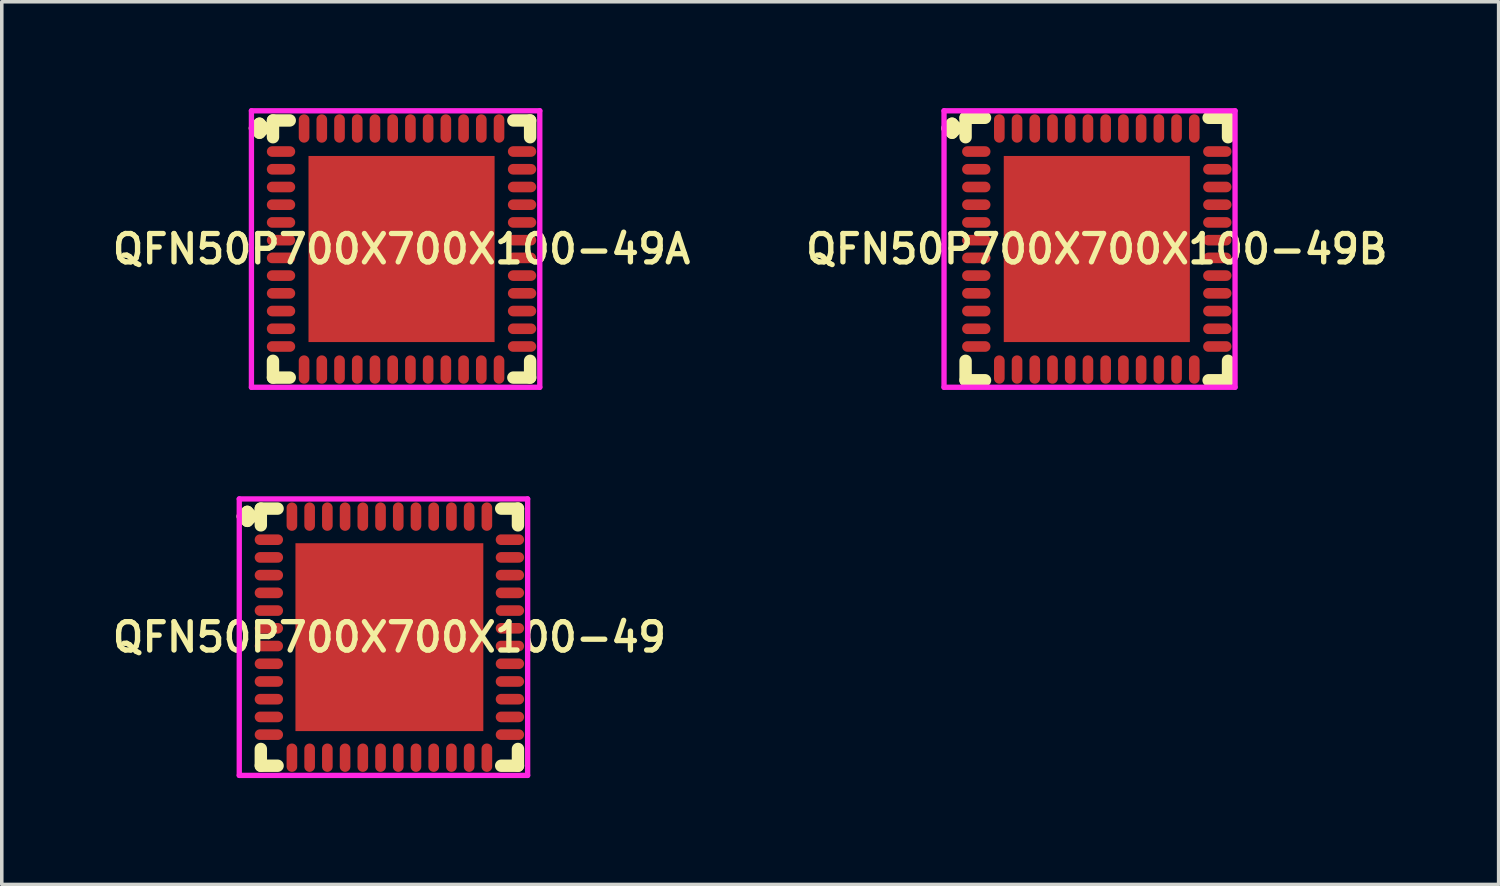
<source format=kicad_pcb>
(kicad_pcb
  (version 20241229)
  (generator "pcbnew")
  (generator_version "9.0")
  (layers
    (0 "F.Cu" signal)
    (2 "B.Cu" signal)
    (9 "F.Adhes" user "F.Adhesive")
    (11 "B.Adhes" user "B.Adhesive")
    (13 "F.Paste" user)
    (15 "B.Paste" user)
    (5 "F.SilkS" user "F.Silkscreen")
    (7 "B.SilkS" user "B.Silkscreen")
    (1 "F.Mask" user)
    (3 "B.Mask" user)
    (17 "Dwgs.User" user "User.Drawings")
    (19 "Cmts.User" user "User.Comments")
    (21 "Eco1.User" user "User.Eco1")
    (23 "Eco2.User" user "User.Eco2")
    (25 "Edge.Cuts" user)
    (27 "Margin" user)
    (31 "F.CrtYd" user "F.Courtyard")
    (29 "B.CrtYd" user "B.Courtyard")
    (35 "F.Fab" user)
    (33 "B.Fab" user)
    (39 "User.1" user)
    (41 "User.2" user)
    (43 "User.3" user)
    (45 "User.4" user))
  (footprint "QFN50P700X700X100-49"
    (layer "F.Cu")
    (at 7.935 14.925)
    (property "Reference" "QFN50P700X700X100-49" (at 0 0 0) (layer "F.SilkS") (effects (font (size 0.8 0.8) (thickness 0.15))))
    (attr smd)
    (fp_line (start -4.135 -3.408) (end -4.008 -3.535) (stroke (width 0.35) (type solid)) (layer "F.SilkS"))
    (fp_line (start -4.008 -3.535) (end -3.881 -3.408) (stroke (width 0.35) (type solid)) (layer "F.SilkS"))
    (fp_line (start -4.008 -3.281) (end -4.135 -3.408) (stroke (width 0.35) (type solid)) (layer "F.SilkS"))
    (fp_line (start -3.881 -3.408) (end -4.008 -3.281) (stroke (width 0.35) (type solid)) (layer "F.SilkS"))
    (fp_line (start -3.627 -3.627) (end -3.154 -3.627) (stroke (width 0.35) (type solid)) (layer "F.SilkS"))
    (fp_line (start -3.627 -3.154) (end -3.627 -3.627) (stroke (width 0.35) (type solid)) (layer "F.SilkS"))
    (fp_line (start -3.627 3.154) (end -3.627 3.627) (stroke (width 0.35) (type solid)) (layer "F.SilkS"))
    (fp_line (start -3.627 3.627) (end -3.154 3.627) (stroke (width 0.35) (type solid)) (layer "F.SilkS"))
    (fp_line (start 3.154 -3.627) (end 3.627 -3.627) (stroke (width 0.35) (type solid)) (layer "F.SilkS"))
    (fp_line (start 3.154 3.627) (end 3.627 3.627) (stroke (width 0.35) (type solid)) (layer "F.SilkS"))
    (fp_line (start 3.627 -3.627) (end 3.627 -3.154) (stroke (width 0.35) (type solid)) (layer "F.SilkS"))
    (fp_line (start 3.627 3.627) (end 3.627 3.154) (stroke (width 0.35) (type solid)) (layer "F.SilkS"))
    (fp_line (start -4.235 -3.9) (end 3.9 -3.9) (stroke (width 0.15) (type solid)) (layer "F.CrtYd"))
    (fp_line (start -4.235 3.9) (end -4.235 -3.9) (stroke (width 0.15) (type solid)) (layer "F.CrtYd"))
    (fp_line (start 3.9 -3.9) (end 3.9 3.9) (stroke (width 0.15) (type solid)) (layer "F.CrtYd"))
    (fp_line (start 3.9 3.9) (end -4.235 3.9) (stroke (width 0.15) (type solid)) (layer "F.CrtYd"))
    (pad "1" smd oval (at -3.4 -2.75) (size 0.8 0.3) (layers "F.Cu" "F.Mask" "F.Paste"))
    (pad "2" smd oval (at -3.4 -2.25) (size 0.8 0.3) (layers "F.Cu" "F.Mask" "F.Paste"))
    (pad "3" smd oval (at -3.4 -1.75) (size 0.8 0.3) (layers "F.Cu" "F.Mask" "F.Paste"))
    (pad "4" smd oval (at -3.4 -1.25) (size 0.8 0.3) (layers "F.Cu" "F.Mask" "F.Paste"))
    (pad "5" smd oval (at -3.4 -0.75) (size 0.8 0.3) (layers "F.Cu" "F.Mask" "F.Paste"))
    (pad "6" smd oval (at -3.4 -0.25) (size 0.8 0.3) (layers "F.Cu" "F.Mask" "F.Paste"))
    (pad "7" smd oval (at -3.4 0.25) (size 0.8 0.3) (layers "F.Cu" "F.Mask" "F.Paste"))
    (pad "8" smd oval (at -3.4 0.75) (size 0.8 0.3) (layers "F.Cu" "F.Mask" "F.Paste"))
    (pad "9" smd oval (at -3.4 1.25) (size 0.8 0.3) (layers "F.Cu" "F.Mask" "F.Paste"))
    (pad "10" smd oval (at -3.4 1.75) (size 0.8 0.3) (layers "F.Cu" "F.Mask" "F.Paste"))
    (pad "11" smd oval (at -3.4 2.25) (size 0.8 0.3) (layers "F.Cu" "F.Mask" "F.Paste"))
    (pad "12" smd oval (at -3.4 2.75) (size 0.8 0.3) (layers "F.Cu" "F.Mask" "F.Paste"))
    (pad "13" smd oval (at -2.75 3.4) (size 0.3 0.8) (layers "F.Cu" "F.Mask" "F.Paste"))
    (pad "14" smd oval (at -2.25 3.4) (size 0.3 0.8) (layers "F.Cu" "F.Mask" "F.Paste"))
    (pad "15" smd oval (at -1.75 3.4) (size 0.3 0.8) (layers "F.Cu" "F.Mask" "F.Paste"))
    (pad "16" smd oval (at -1.25 3.4) (size 0.3 0.8) (layers "F.Cu" "F.Mask" "F.Paste"))
    (pad "17" smd oval (at -0.75 3.4) (size 0.3 0.8) (layers "F.Cu" "F.Mask" "F.Paste"))
    (pad "18" smd oval (at -0.25 3.4) (size 0.3 0.8) (layers "F.Cu" "F.Mask" "F.Paste"))
    (pad "19" smd oval (at 0.25 3.4) (size 0.3 0.8) (layers "F.Cu" "F.Mask" "F.Paste"))
    (pad "20" smd oval (at 0.75 3.4) (size 0.3 0.8) (layers "F.Cu" "F.Mask" "F.Paste"))
    (pad "21" smd oval (at 1.25 3.4) (size 0.3 0.8) (layers "F.Cu" "F.Mask" "F.Paste"))
    (pad "22" smd oval (at 1.75 3.4) (size 0.3 0.8) (layers "F.Cu" "F.Mask" "F.Paste"))
    (pad "23" smd oval (at 2.25 3.4) (size 0.3 0.8) (layers "F.Cu" "F.Mask" "F.Paste"))
    (pad "24" smd oval (at 2.75 3.4) (size 0.3 0.8) (layers "F.Cu" "F.Mask" "F.Paste"))
    (pad "25" smd oval (at 3.4 2.75) (size 0.8 0.3) (layers "F.Cu" "F.Mask" "F.Paste"))
    (pad "26" smd oval (at 3.4 2.25) (size 0.8 0.3) (layers "F.Cu" "F.Mask" "F.Paste"))
    (pad "27" smd oval (at 3.4 1.75) (size 0.8 0.3) (layers "F.Cu" "F.Mask" "F.Paste"))
    (pad "28" smd oval (at 3.4 1.25) (size 0.8 0.3) (layers "F.Cu" "F.Mask" "F.Paste"))
    (pad "29" smd oval (at 3.4 0.75) (size 0.8 0.3) (layers "F.Cu" "F.Mask" "F.Paste"))
    (pad "30" smd oval (at 3.4 0.25) (size 0.8 0.3) (layers "F.Cu" "F.Mask" "F.Paste"))
    (pad "31" smd oval (at 3.4 -0.25) (size 0.8 0.3) (layers "F.Cu" "F.Mask" "F.Paste"))
    (pad "32" smd oval (at 3.4 -0.75) (size 0.8 0.3) (layers "F.Cu" "F.Mask" "F.Paste"))
    (pad "33" smd oval (at 3.4 -1.25) (size 0.8 0.3) (layers "F.Cu" "F.Mask" "F.Paste"))
    (pad "34" smd oval (at 3.4 -1.75) (size 0.8 0.3) (layers "F.Cu" "F.Mask" "F.Paste"))
    (pad "35" smd oval (at 3.4 -2.25) (size 0.8 0.3) (layers "F.Cu" "F.Mask" "F.Paste"))
    (pad "36" smd oval (at 3.4 -2.75) (size 0.8 0.3) (layers "F.Cu" "F.Mask" "F.Paste"))
    (pad "37" smd oval (at 2.75 -3.4) (size 0.3 0.8) (layers "F.Cu" "F.Mask" "F.Paste"))
    (pad "38" smd oval (at 2.25 -3.4) (size 0.3 0.8) (layers "F.Cu" "F.Mask" "F.Paste"))
    (pad "39" smd oval (at 1.75 -3.4) (size 0.3 0.8) (layers "F.Cu" "F.Mask" "F.Paste"))
    (pad "40" smd oval (at 1.25 -3.4) (size 0.3 0.8) (layers "F.Cu" "F.Mask" "F.Paste"))
    (pad "41" smd oval (at 0.75 -3.4) (size 0.3 0.8) (layers "F.Cu" "F.Mask" "F.Paste"))
    (pad "42" smd oval (at 0.25 -3.4) (size 0.3 0.8) (layers "F.Cu" "F.Mask" "F.Paste"))
    (pad "43" smd oval (at -0.25 -3.4) (size 0.3 0.8) (layers "F.Cu" "F.Mask" "F.Paste"))
    (pad "44" smd oval (at -0.75 -3.4) (size 0.3 0.8) (layers "F.Cu" "F.Mask" "F.Paste"))
    (pad "45" smd oval (at -1.25 -3.4) (size 0.3 0.8) (layers "F.Cu" "F.Mask" "F.Paste"))
    (pad "46" smd oval (at -1.75 -3.4) (size 0.3 0.8) (layers "F.Cu" "F.Mask" "F.Paste"))
    (pad "47" smd oval (at -2.25 -3.4) (size 0.3 0.8) (layers "F.Cu" "F.Mask" "F.Paste"))
    (pad "48" smd oval (at -2.75 -3.4) (size 0.3 0.8) (layers "F.Cu" "F.Mask" "F.Paste"))
    (pad "49" smd rect (at 0 0) (size 5.3 5.3) (layers "F.Cu" "F.Mask" "F.Paste")))
  (footprint "QFN50P700X700X100-49A"
    (layer "F.Cu")
    (at 8.278 3.975)
    (property "Reference" "QFN50P700X700X100-49A" (at 0 0 0) (layer "F.SilkS") (effects (font (size 0.8 0.8) (thickness 0.15))))
    (attr smd)
    (fp_line (start -4.135 -3.408) (end -4.008 -3.535) (stroke (width 0.35) (type solid)) (layer "F.SilkS"))
    (fp_line (start -4.008 -3.535) (end -3.881 -3.408) (stroke (width 0.35) (type solid)) (layer "F.SilkS"))
    (fp_line (start -4.008 -3.281) (end -4.135 -3.408) (stroke (width 0.35) (type solid)) (layer "F.SilkS"))
    (fp_line (start -3.881 -3.408) (end -4.008 -3.281) (stroke (width 0.35) (type solid)) (layer "F.SilkS"))
    (fp_line (start -3.627 -3.627) (end -3.154 -3.627) (stroke (width 0.35) (type solid)) (layer "F.SilkS"))
    (fp_line (start -3.627 -3.154) (end -3.627 -3.627) (stroke (width 0.35) (type solid)) (layer "F.SilkS"))
    (fp_line (start -3.627 3.154) (end -3.627 3.627) (stroke (width 0.35) (type solid)) (layer "F.SilkS"))
    (fp_line (start -3.627 3.627) (end -3.154 3.627) (stroke (width 0.35) (type solid)) (layer "F.SilkS"))
    (fp_line (start 3.154 -3.627) (end 3.627 -3.627) (stroke (width 0.35) (type solid)) (layer "F.SilkS"))
    (fp_line (start 3.154 3.627) (end 3.627 3.627) (stroke (width 0.35) (type solid)) (layer "F.SilkS"))
    (fp_line (start 3.627 -3.627) (end 3.627 -3.154) (stroke (width 0.35) (type solid)) (layer "F.SilkS"))
    (fp_line (start 3.627 3.627) (end 3.627 3.154) (stroke (width 0.35) (type solid)) (layer "F.SilkS"))
    (fp_line (start -4.235 -3.9) (end 3.9 -3.9) (stroke (width 0.15) (type solid)) (layer "F.CrtYd"))
    (fp_line (start -4.235 3.9) (end -4.235 -3.9) (stroke (width 0.15) (type solid)) (layer "F.CrtYd"))
    (fp_line (start 3.9 -3.9) (end 3.9 3.9) (stroke (width 0.15) (type solid)) (layer "F.CrtYd"))
    (fp_line (start 3.9 3.9) (end -4.235 3.9) (stroke (width 0.15) (type solid)) (layer "F.CrtYd"))
    (pad "1" smd oval (at -3.4 -2.75) (size 0.8 0.3) (layers "F.Cu" "F.Mask" "F.Paste"))
    (pad "2" smd oval (at -3.4 -2.25) (size 0.8 0.3) (layers "F.Cu" "F.Mask" "F.Paste"))
    (pad "3" smd oval (at -3.4 -1.75) (size 0.8 0.3) (layers "F.Cu" "F.Mask" "F.Paste"))
    (pad "4" smd oval (at -3.4 -1.25) (size 0.8 0.3) (layers "F.Cu" "F.Mask" "F.Paste"))
    (pad "5" smd oval (at -3.4 -0.75) (size 0.8 0.3) (layers "F.Cu" "F.Mask" "F.Paste"))
    (pad "6" smd oval (at -3.4 -0.25) (size 0.8 0.3) (layers "F.Cu" "F.Mask" "F.Paste"))
    (pad "7" smd oval (at -3.4 0.25) (size 0.8 0.3) (layers "F.Cu" "F.Mask" "F.Paste"))
    (pad "8" smd oval (at -3.4 0.75) (size 0.8 0.3) (layers "F.Cu" "F.Mask" "F.Paste"))
    (pad "9" smd oval (at -3.4 1.25) (size 0.8 0.3) (layers "F.Cu" "F.Mask" "F.Paste"))
    (pad "10" smd oval (at -3.4 1.75) (size 0.8 0.3) (layers "F.Cu" "F.Mask" "F.Paste"))
    (pad "11" smd oval (at -3.4 2.25) (size 0.8 0.3) (layers "F.Cu" "F.Mask" "F.Paste"))
    (pad "12" smd oval (at -3.4 2.75) (size 0.8 0.3) (layers "F.Cu" "F.Mask" "F.Paste"))
    (pad "13" smd oval (at -2.75 3.4) (size 0.3 0.8) (layers "F.Cu" "F.Mask" "F.Paste"))
    (pad "14" smd oval (at -2.25 3.4) (size 0.3 0.8) (layers "F.Cu" "F.Mask" "F.Paste"))
    (pad "15" smd oval (at -1.75 3.4) (size 0.3 0.8) (layers "F.Cu" "F.Mask" "F.Paste"))
    (pad "16" smd oval (at -1.25 3.4) (size 0.3 0.8) (layers "F.Cu" "F.Mask" "F.Paste"))
    (pad "17" smd oval (at -0.75 3.4) (size 0.3 0.8) (layers "F.Cu" "F.Mask" "F.Paste"))
    (pad "18" smd oval (at -0.25 3.4) (size 0.3 0.8) (layers "F.Cu" "F.Mask" "F.Paste"))
    (pad "19" smd oval (at 0.25 3.4) (size 0.3 0.8) (layers "F.Cu" "F.Mask" "F.Paste"))
    (pad "20" smd oval (at 0.75 3.4) (size 0.3 0.8) (layers "F.Cu" "F.Mask" "F.Paste"))
    (pad "21" smd oval (at 1.25 3.4) (size 0.3 0.8) (layers "F.Cu" "F.Mask" "F.Paste"))
    (pad "22" smd oval (at 1.75 3.4) (size 0.3 0.8) (layers "F.Cu" "F.Mask" "F.Paste"))
    (pad "23" smd oval (at 2.25 3.4) (size 0.3 0.8) (layers "F.Cu" "F.Mask" "F.Paste"))
    (pad "24" smd oval (at 2.75 3.4) (size 0.3 0.8) (layers "F.Cu" "F.Mask" "F.Paste"))
    (pad "25" smd oval (at 3.4 2.75) (size 0.8 0.3) (layers "F.Cu" "F.Mask" "F.Paste"))
    (pad "26" smd oval (at 3.4 2.25) (size 0.8 0.3) (layers "F.Cu" "F.Mask" "F.Paste"))
    (pad "27" smd oval (at 3.4 1.75) (size 0.8 0.3) (layers "F.Cu" "F.Mask" "F.Paste"))
    (pad "28" smd oval (at 3.4 1.25) (size 0.8 0.3) (layers "F.Cu" "F.Mask" "F.Paste"))
    (pad "29" smd oval (at 3.4 0.75) (size 0.8 0.3) (layers "F.Cu" "F.Mask" "F.Paste"))
    (pad "30" smd oval (at 3.4 0.25) (size 0.8 0.3) (layers "F.Cu" "F.Mask" "F.Paste"))
    (pad "31" smd oval (at 3.4 -0.25) (size 0.8 0.3) (layers "F.Cu" "F.Mask" "F.Paste"))
    (pad "32" smd oval (at 3.4 -0.75) (size 0.8 0.3) (layers "F.Cu" "F.Mask" "F.Paste"))
    (pad "33" smd oval (at 3.4 -1.25) (size 0.8 0.3) (layers "F.Cu" "F.Mask" "F.Paste"))
    (pad "34" smd oval (at 3.4 -1.75) (size 0.8 0.3) (layers "F.Cu" "F.Mask" "F.Paste"))
    (pad "35" smd oval (at 3.4 -2.25) (size 0.8 0.3) (layers "F.Cu" "F.Mask" "F.Paste"))
    (pad "36" smd oval (at 3.4 -2.75) (size 0.8 0.3) (layers "F.Cu" "F.Mask" "F.Paste"))
    (pad "37" smd oval (at 2.75 -3.4) (size 0.3 0.8) (layers "F.Cu" "F.Mask" "F.Paste"))
    (pad "38" smd oval (at 2.25 -3.4) (size 0.3 0.8) (layers "F.Cu" "F.Mask" "F.Paste"))
    (pad "39" smd oval (at 1.75 -3.4) (size 0.3 0.8) (layers "F.Cu" "F.Mask" "F.Paste"))
    (pad "40" smd oval (at 1.25 -3.4) (size 0.3 0.8) (layers "F.Cu" "F.Mask" "F.Paste"))
    (pad "41" smd oval (at 0.75 -3.4) (size 0.3 0.8) (layers "F.Cu" "F.Mask" "F.Paste"))
    (pad "42" smd oval (at 0.25 -3.4) (size 0.3 0.8) (layers "F.Cu" "F.Mask" "F.Paste"))
    (pad "43" smd oval (at -0.25 -3.4) (size 0.3 0.8) (layers "F.Cu" "F.Mask" "F.Paste"))
    (pad "44" smd oval (at -0.75 -3.4) (size 0.3 0.8) (layers "F.Cu" "F.Mask" "F.Paste"))
    (pad "45" smd oval (at -1.25 -3.4) (size 0.3 0.8) (layers "F.Cu" "F.Mask" "F.Paste"))
    (pad "46" smd oval (at -1.75 -3.4) (size 0.3 0.8) (layers "F.Cu" "F.Mask" "F.Paste"))
    (pad "47" smd oval (at -2.25 -3.4) (size 0.3 0.8) (layers "F.Cu" "F.Mask" "F.Paste"))
    (pad "48" smd oval (at -2.75 -3.4) (size 0.3 0.8) (layers "F.Cu" "F.Mask" "F.Paste"))
    (pad "49" smd rect (at 0 0) (size 5.25 5.25) (layers "F.Cu" "F.Mask" "F.Paste")))
  (footprint "QFN50P700X700X100-49B"
    (layer "F.Cu")
    (at 27.892 3.975)
    (property "Reference" "QFN50P700X700X100-49B" (at 0 0 0) (layer "F.SilkS") (effects (font (size 0.8 0.8) (thickness 0.15))))
    (attr smd)
    (fp_line (start -4.21 -3.408) (end -4.083 -3.535) (stroke (width 0.35) (type solid)) (layer "F.SilkS"))
    (fp_line (start -4.083 -3.535) (end -3.956 -3.408) (stroke (width 0.35) (type solid)) (layer "F.SilkS"))
    (fp_line (start -4.083 -3.281) (end -4.21 -3.408) (stroke (width 0.35) (type solid)) (layer "F.SilkS"))
    (fp_line (start -3.956 -3.408) (end -4.083 -3.281) (stroke (width 0.35) (type solid)) (layer "F.SilkS"))
    (fp_line (start -3.702 -3.702) (end -3.154 -3.702) (stroke (width 0.35) (type solid)) (layer "F.SilkS"))
    (fp_line (start -3.702 -3.154) (end -3.702 -3.702) (stroke (width 0.35) (type solid)) (layer "F.SilkS"))
    (fp_line (start -3.702 3.154) (end -3.702 3.702) (stroke (width 0.35) (type solid)) (layer "F.SilkS"))
    (fp_line (start -3.702 3.702) (end -3.154 3.702) (stroke (width 0.35) (type solid)) (layer "F.SilkS"))
    (fp_line (start 3.154 -3.702) (end 3.702 -3.702) (stroke (width 0.35) (type solid)) (layer "F.SilkS"))
    (fp_line (start 3.154 3.702) (end 3.702 3.702) (stroke (width 0.35) (type solid)) (layer "F.SilkS"))
    (fp_line (start 3.702 -3.702) (end 3.702 -3.154) (stroke (width 0.35) (type solid)) (layer "F.SilkS"))
    (fp_line (start 3.702 3.702) (end 3.702 3.154) (stroke (width 0.35) (type solid)) (layer "F.SilkS"))
    (fp_line (start -4.31 -3.9) (end 3.9 -3.9) (stroke (width 0.15) (type solid)) (layer "F.CrtYd"))
    (fp_line (start -4.31 3.9) (end -4.31 -3.9) (stroke (width 0.15) (type solid)) (layer "F.CrtYd"))
    (fp_line (start 3.9 -3.9) (end 3.9 3.9) (stroke (width 0.15) (type solid)) (layer "F.CrtYd"))
    (fp_line (start 3.9 3.9) (end -4.31 3.9) (stroke (width 0.15) (type solid)) (layer "F.CrtYd"))
    (pad "1" smd oval (at -3.4 -2.75) (size 0.8 0.3) (layers "F.Cu" "F.Mask" "F.Paste"))
    (pad "2" smd oval (at -3.4 -2.25) (size 0.8 0.3) (layers "F.Cu" "F.Mask" "F.Paste"))
    (pad "3" smd oval (at -3.4 -1.75) (size 0.8 0.3) (layers "F.Cu" "F.Mask" "F.Paste"))
    (pad "4" smd oval (at -3.4 -1.25) (size 0.8 0.3) (layers "F.Cu" "F.Mask" "F.Paste"))
    (pad "5" smd oval (at -3.4 -0.75) (size 0.8 0.3) (layers "F.Cu" "F.Mask" "F.Paste"))
    (pad "6" smd oval (at -3.4 -0.25) (size 0.8 0.3) (layers "F.Cu" "F.Mask" "F.Paste"))
    (pad "7" smd oval (at -3.4 0.25) (size 0.8 0.3) (layers "F.Cu" "F.Mask" "F.Paste"))
    (pad "8" smd oval (at -3.4 0.75) (size 0.8 0.3) (layers "F.Cu" "F.Mask" "F.Paste"))
    (pad "9" smd oval (at -3.4 1.25) (size 0.8 0.3) (layers "F.Cu" "F.Mask" "F.Paste"))
    (pad "10" smd oval (at -3.4 1.75) (size 0.8 0.3) (layers "F.Cu" "F.Mask" "F.Paste"))
    (pad "11" smd oval (at -3.4 2.25) (size 0.8 0.3) (layers "F.Cu" "F.Mask" "F.Paste"))
    (pad "12" smd oval (at -3.4 2.75) (size 0.8 0.3) (layers "F.Cu" "F.Mask" "F.Paste"))
    (pad "13" smd oval (at -2.75 3.4) (size 0.3 0.8) (layers "F.Cu" "F.Mask" "F.Paste"))
    (pad "14" smd oval (at -2.25 3.4) (size 0.3 0.8) (layers "F.Cu" "F.Mask" "F.Paste"))
    (pad "15" smd oval (at -1.75 3.4) (size 0.3 0.8) (layers "F.Cu" "F.Mask" "F.Paste"))
    (pad "16" smd oval (at -1.25 3.4) (size 0.3 0.8) (layers "F.Cu" "F.Mask" "F.Paste"))
    (pad "17" smd oval (at -0.75 3.4) (size 0.3 0.8) (layers "F.Cu" "F.Mask" "F.Paste"))
    (pad "18" smd oval (at -0.25 3.4) (size 0.3 0.8) (layers "F.Cu" "F.Mask" "F.Paste"))
    (pad "19" smd oval (at 0.25 3.4) (size 0.3 0.8) (layers "F.Cu" "F.Mask" "F.Paste"))
    (pad "20" smd oval (at 0.75 3.4) (size 0.3 0.8) (layers "F.Cu" "F.Mask" "F.Paste"))
    (pad "21" smd oval (at 1.25 3.4) (size 0.3 0.8) (layers "F.Cu" "F.Mask" "F.Paste"))
    (pad "22" smd oval (at 1.75 3.4) (size 0.3 0.8) (layers "F.Cu" "F.Mask" "F.Paste"))
    (pad "23" smd oval (at 2.25 3.4) (size 0.3 0.8) (layers "F.Cu" "F.Mask" "F.Paste"))
    (pad "24" smd oval (at 2.75 3.4) (size 0.3 0.8) (layers "F.Cu" "F.Mask" "F.Paste"))
    (pad "25" smd oval (at 3.4 2.75) (size 0.8 0.3) (layers "F.Cu" "F.Mask" "F.Paste"))
    (pad "26" smd oval (at 3.4 2.25) (size 0.8 0.3) (layers "F.Cu" "F.Mask" "F.Paste"))
    (pad "27" smd oval (at 3.4 1.75) (size 0.8 0.3) (layers "F.Cu" "F.Mask" "F.Paste"))
    (pad "28" smd oval (at 3.4 1.25) (size 0.8 0.3) (layers "F.Cu" "F.Mask" "F.Paste"))
    (pad "29" smd oval (at 3.4 0.75) (size 0.8 0.3) (layers "F.Cu" "F.Mask" "F.Paste"))
    (pad "30" smd oval (at 3.4 0.25) (size 0.8 0.3) (layers "F.Cu" "F.Mask" "F.Paste"))
    (pad "31" smd oval (at 3.4 -0.25) (size 0.8 0.3) (layers "F.Cu" "F.Mask" "F.Paste"))
    (pad "32" smd oval (at 3.4 -0.75) (size 0.8 0.3) (layers "F.Cu" "F.Mask" "F.Paste"))
    (pad "33" smd oval (at 3.4 -1.25) (size 0.8 0.3) (layers "F.Cu" "F.Mask" "F.Paste"))
    (pad "34" smd oval (at 3.4 -1.75) (size 0.8 0.3) (layers "F.Cu" "F.Mask" "F.Paste"))
    (pad "35" smd oval (at 3.4 -2.25) (size 0.8 0.3) (layers "F.Cu" "F.Mask" "F.Paste"))
    (pad "36" smd oval (at 3.4 -2.75) (size 0.8 0.3) (layers "F.Cu" "F.Mask" "F.Paste"))
    (pad "37" smd oval (at 2.75 -3.4) (size 0.3 0.8) (layers "F.Cu" "F.Mask" "F.Paste"))
    (pad "38" smd oval (at 2.25 -3.4) (size 0.3 0.8) (layers "F.Cu" "F.Mask" "F.Paste"))
    (pad "39" smd oval (at 1.75 -3.4) (size 0.3 0.8) (layers "F.Cu" "F.Mask" "F.Paste"))
    (pad "40" smd oval (at 1.25 -3.4) (size 0.3 0.8) (layers "F.Cu" "F.Mask" "F.Paste"))
    (pad "41" smd oval (at 0.75 -3.4) (size 0.3 0.8) (layers "F.Cu" "F.Mask" "F.Paste"))
    (pad "42" smd oval (at 0.25 -3.4) (size 0.3 0.8) (layers "F.Cu" "F.Mask" "F.Paste"))
    (pad "43" smd oval (at -0.25 -3.4) (size 0.3 0.8) (layers "F.Cu" "F.Mask" "F.Paste"))
    (pad "44" smd oval (at -0.75 -3.4) (size 0.3 0.8) (layers "F.Cu" "F.Mask" "F.Paste"))
    (pad "45" smd oval (at -1.25 -3.4) (size 0.3 0.8) (layers "F.Cu" "F.Mask" "F.Paste"))
    (pad "46" smd oval (at -1.75 -3.4) (size 0.3 0.8) (layers "F.Cu" "F.Mask" "F.Paste"))
    (pad "47" smd oval (at -2.25 -3.4) (size 0.3 0.8) (layers "F.Cu" "F.Mask" "F.Paste"))
    (pad "48" smd oval (at -2.75 -3.4) (size 0.3 0.8) (layers "F.Cu" "F.Mask" "F.Paste"))
    (pad "49" smd rect (at 0 0) (size 5.25 5.25) (layers "F.Cu" "F.Mask" "F.Paste")))
  (gr_rect
    (start -3 -3)
    (end 39.228 21.9)
    (stroke (width 0.1) (type default))
    (fill no)
    (layer "Edge.Cuts")))
</source>
